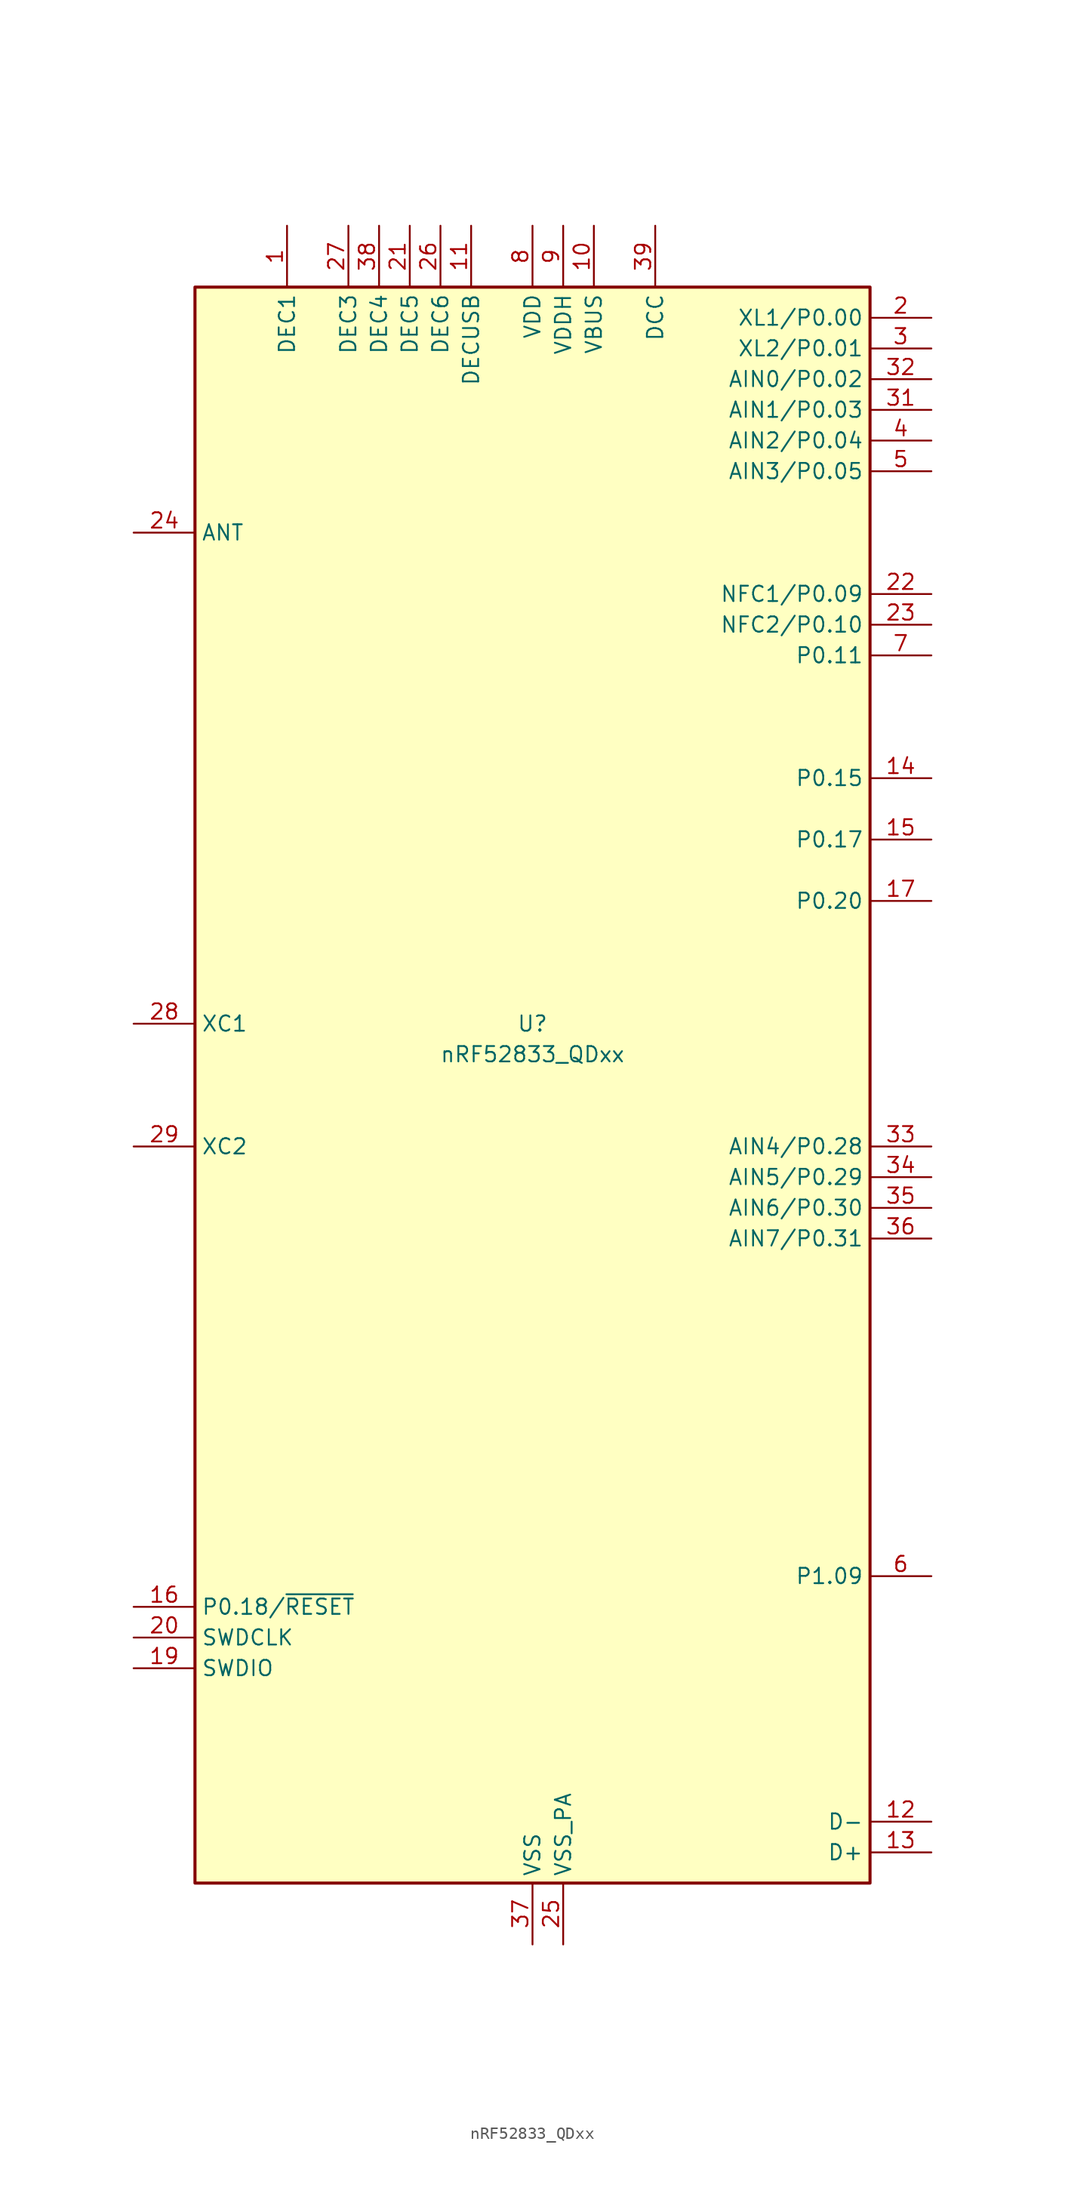
<source format=kicad_sym>
(kicad_symbol_lib
  (version 20241209)
  (generator "kicad_symbol_editor")
  (generator_version "9.0")
  (symbol "nRF52833_QDxx"
    (property "Reference" "U"
      (at 0 5.08 0)
      (effects (font (size 1.27 1.27))))
    (property "Value" "nRF52833_QDxx"
      (at 0 2.54 0)
      (effects (font (size 1.27 1.27))))
    (symbol "nRF52833_QDxx_0_1"
      (rectangle (start -27.94 66.04) (end 27.94 -66.04) (stroke (width 0.254) (type default)) (fill (type background))))
    (symbol "nRF52833_QDxx_1_1"
      (pin passive line (at -33.02 45.72 0) (length 5.08) (name "ANT" (effects (font (size 1.27 1.27)))) (number "24" (effects (font (size 1.27 1.27)))))
      (pin input line (at -33.02 5.08 0) (length 5.08) (name "XC1" (effects (font (size 1.27 1.27)))) (number "28" (effects (font (size 1.27 1.27)))))
      (pin input line (at -33.02 -5.08 0) (length 5.08) (name "XC2" (effects (font (size 1.27 1.27)))) (number "29" (effects (font (size 1.27 1.27)))))
      (pin bidirectional line (at -33.02 -43.18 0) (length 5.08) (name "P0.18/~{RESET}" (effects (font (size 1.27 1.27)))) (number "16" (effects (font (size 1.27 1.27)))))
      (pin input line (at -33.02 -45.72 0) (length 5.08) (name "SWDCLK" (effects (font (size 1.27 1.27)))) (number "20" (effects (font (size 1.27 1.27)))))
      (pin bidirectional line (at -33.02 -48.26 0) (length 5.08) (name "SWDIO" (effects (font (size 1.27 1.27)))) (number "19" (effects (font (size 1.27 1.27)))))
      (pin passive line (at -20.32 71.12 270) (length 5.08) (name "DEC1" (effects (font (size 1.27 1.27)))) (number "1" (effects (font (size 1.27 1.27)))))
      (pin passive line (at -15.24 71.12 270) (length 5.08) (name "DEC3" (effects (font (size 1.27 1.27)))) (number "27" (effects (font (size 1.27 1.27)))))
      (pin passive line (at -12.7 71.12 270) (length 5.08) (name "DEC4" (effects (font (size 1.27 1.27)))) (number "38" (effects (font (size 1.27 1.27)))))
      (pin passive line (at -10.16 71.12 270) (length 5.08) (name "DEC5" (effects (font (size 1.27 1.27)))) (number "21" (effects (font (size 1.27 1.27)))))
      (pin passive line (at -7.62 71.12 270) (length 5.08) (name "DEC6" (effects (font (size 1.27 1.27)))) (number "26" (effects (font (size 1.27 1.27)))))
      (pin passive line (at -5.08 71.12 270) (length 5.08) (name "DECUSB" (effects (font (size 1.27 1.27)))) (number "11" (effects (font (size 1.27 1.27)))))
      (pin passive line (at 0 71.12 270) (length 5.08) (hide yes) (name "VDD" (effects (font (size 1.27 1.27)))) (number "18" (effects (font (size 1.27 1.27)))))
      (pin passive line (at 0 71.12 270) (length 5.08) (hide yes) (name "VDD" (effects (font (size 1.27 1.27)))) (number "30" (effects (font (size 1.27 1.27)))))
      (pin passive line (at 0 71.12 270) (length 5.08) (hide yes) (name "VDD" (effects (font (size 1.27 1.27)))) (number "40" (effects (font (size 1.27 1.27)))))
      (pin power_in line (at 0 71.12 270) (length 5.08) (name "VDD" (effects (font (size 1.27 1.27)))) (number "8" (effects (font (size 1.27 1.27)))))
      (pin power_in line (at 0 -71.12 90) (length 5.08) (name "VSS" (effects (font (size 1.27 1.27)))) (number "37" (effects (font (size 1.27 1.27)))))
      (pin passive line (at 0 -71.12 90) (length 5.08) (hide yes) (name "VSS" (effects (font (size 1.27 1.27)))) (number "41" (effects (font (size 1.27 1.27)))))
      (pin power_in line (at 2.54 71.12 270) (length 5.08) (name "VDDH" (effects (font (size 1.27 1.27)))) (number "9" (effects (font (size 1.27 1.27)))))
      (pin power_in line (at 2.54 -71.12 90) (length 5.08) (name "VSS_PA" (effects (font (size 1.27 1.27)))) (number "25" (effects (font (size 1.27 1.27)))))
      (pin power_in line (at 5.08 71.12 270) (length 5.08) (name "VBUS" (effects (font (size 1.27 1.27)))) (number "10" (effects (font (size 1.27 1.27)))))
      (pin power_out line (at 10.16 71.12 270) (length 5.08) (name "DCC" (effects (font (size 1.27 1.27)))) (number "39" (effects (font (size 1.27 1.27)))))
      (pin bidirectional line (at 33.02 63.5 180) (length 5.08) (name "XL1/P0.00" (effects (font (size 1.27 1.27)))) (number "2" (effects (font (size 1.27 1.27)))))
      (pin bidirectional line (at 33.02 60.96 180) (length 5.08) (name "XL2/P0.01" (effects (font (size 1.27 1.27)))) (number "3" (effects (font (size 1.27 1.27)))))
      (pin bidirectional line (at 33.02 58.42 180) (length 5.08) (name "AIN0/P0.02" (effects (font (size 1.27 1.27)))) (number "32" (effects (font (size 1.27 1.27)))))
      (pin bidirectional line (at 33.02 55.88 180) (length 5.08) (name "AIN1/P0.03" (effects (font (size 1.27 1.27)))) (number "31" (effects (font (size 1.27 1.27)))))
      (pin bidirectional line (at 33.02 53.34 180) (length 5.08) (name "AIN2/P0.04" (effects (font (size 1.27 1.27)))) (number "4" (effects (font (size 1.27 1.27)))))
      (pin bidirectional line (at 33.02 50.8 180) (length 5.08) (name "AIN3/P0.05" (effects (font (size 1.27 1.27)))) (number "5" (effects (font (size 1.27 1.27)))))
      (pin bidirectional line (at 33.02 40.64 180) (length 5.08) (name "NFC1/P0.09" (effects (font (size 1.27 1.27)))) (number "22" (effects (font (size 1.27 1.27)))))
      (pin bidirectional line (at 33.02 38.1 180) (length 5.08) (name "NFC2/P0.10" (effects (font (size 1.27 1.27)))) (number "23" (effects (font (size 1.27 1.27)))))
      (pin bidirectional line (at 33.02 35.56 180) (length 5.08) (name "P0.11" (effects (font (size 1.27 1.27)))) (number "7" (effects (font (size 1.27 1.27)))))
      (pin bidirectional line (at 33.02 25.4 180) (length 5.08) (name "P0.15" (effects (font (size 1.27 1.27)))) (number "14" (effects (font (size 1.27 1.27)))))
      (pin bidirectional line (at 33.02 20.32 180) (length 5.08) (name "P0.17" (effects (font (size 1.27 1.27)))) (number "15" (effects (font (size 1.27 1.27)))))
      (pin bidirectional line (at 33.02 15.24 180) (length 5.08) (name "P0.20" (effects (font (size 1.27 1.27)))) (number "17" (effects (font (size 1.27 1.27)))))
      (pin bidirectional line (at 33.02 -5.08 180) (length 5.08) (name "AIN4/P0.28" (effects (font (size 1.27 1.27)))) (number "33" (effects (font (size 1.27 1.27)))))
      (pin bidirectional line (at 33.02 -7.62 180) (length 5.08) (name "AIN5/P0.29" (effects (font (size 1.27 1.27)))) (number "34" (effects (font (size 1.27 1.27)))))
      (pin bidirectional line (at 33.02 -10.16 180) (length 5.08) (name "AIN6/P0.30" (effects (font (size 1.27 1.27)))) (number "35" (effects (font (size 1.27 1.27)))))
      (pin bidirectional line (at 33.02 -12.7 180) (length 5.08) (name "AIN7/P0.31" (effects (font (size 1.27 1.27)))) (number "36" (effects (font (size 1.27 1.27)))))
      (pin bidirectional line (at 33.02 -40.64 180) (length 5.08) (name "P1.09" (effects (font (size 1.27 1.27)))) (number "6" (effects (font (size 1.27 1.27)))))
      (pin bidirectional line (at 33.02 -60.96 180) (length 5.08) (name "D-" (effects (font (size 1.27 1.27)))) (number "12" (effects (font (size 1.27 1.27)))))
      (pin bidirectional line (at 33.02 -63.5 180) (length 5.08) (name "D+" (effects (font (size 1.27 1.27)))) (number "13" (effects (font (size 1.27 1.27))))))))
</source>
